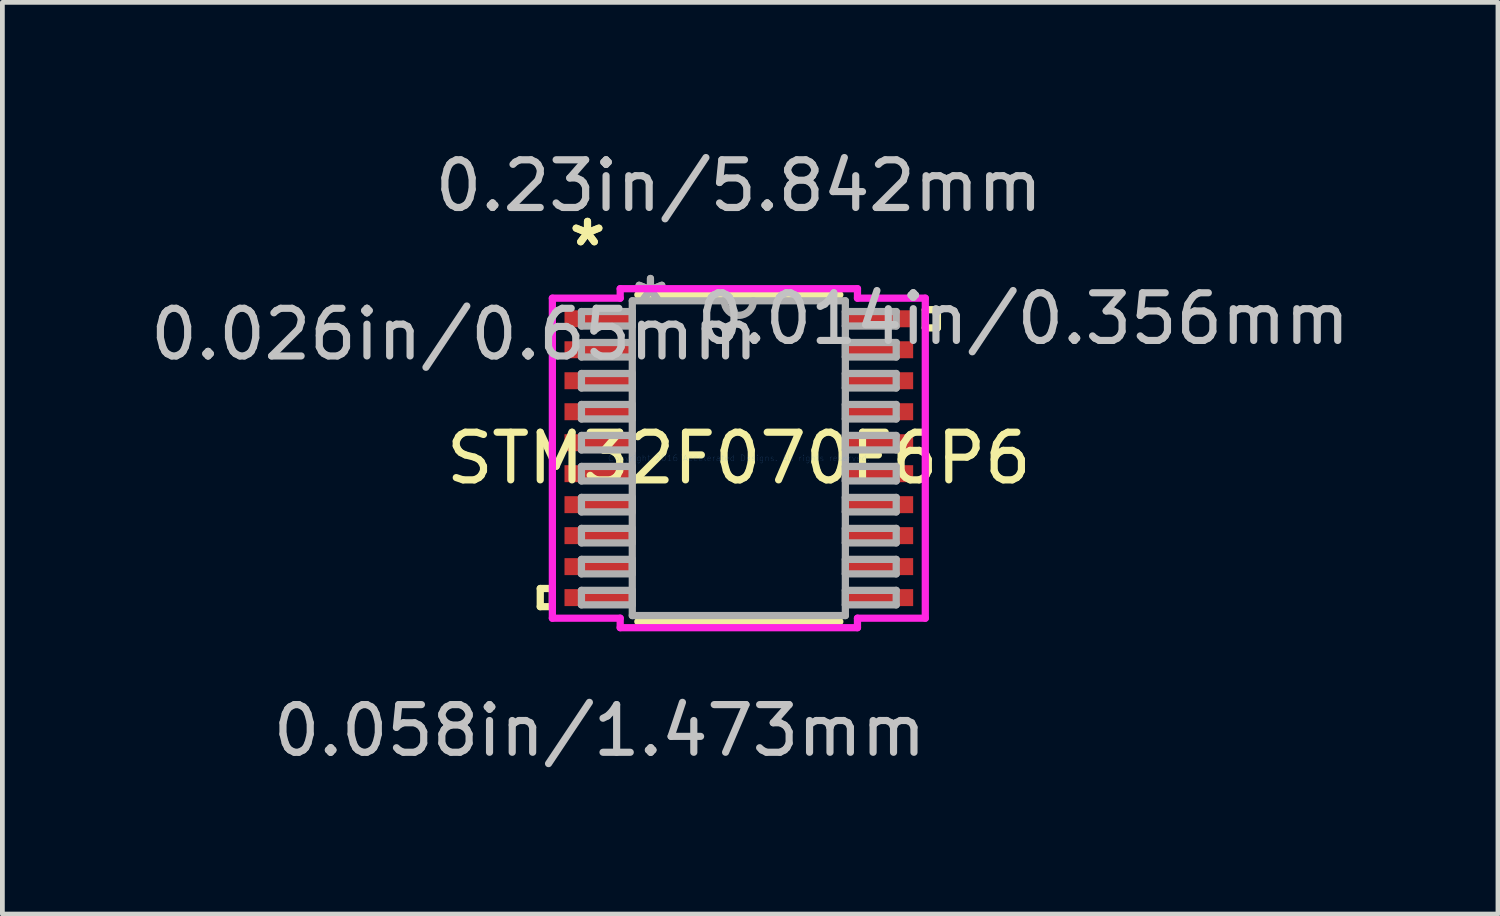
<source format=kicad_pcb>
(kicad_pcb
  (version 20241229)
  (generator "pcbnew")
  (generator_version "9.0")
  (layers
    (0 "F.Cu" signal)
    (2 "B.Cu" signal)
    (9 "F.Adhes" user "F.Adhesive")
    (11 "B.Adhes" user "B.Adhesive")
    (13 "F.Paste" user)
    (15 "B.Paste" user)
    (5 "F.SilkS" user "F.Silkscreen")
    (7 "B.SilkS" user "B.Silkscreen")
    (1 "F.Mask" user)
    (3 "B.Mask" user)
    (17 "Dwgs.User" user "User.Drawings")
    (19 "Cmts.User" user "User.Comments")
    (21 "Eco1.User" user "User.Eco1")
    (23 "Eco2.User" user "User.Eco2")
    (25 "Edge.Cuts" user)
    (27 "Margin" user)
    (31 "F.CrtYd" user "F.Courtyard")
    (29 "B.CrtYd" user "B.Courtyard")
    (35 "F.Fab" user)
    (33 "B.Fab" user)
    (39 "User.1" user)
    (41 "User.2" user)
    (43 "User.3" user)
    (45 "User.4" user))
  (footprint "STM32F070F6P6"
    (layer "F.Cu")
    (at 12.451 6.563)
    (property "Reference" "STM32F070F6P6" (at 0 0 0) (layer "F.SilkS") (effects (font (size 1 1) (thickness 0.15))))
    (attr through_hole)
    (fp_line (start -4.166 2.734) (end -4.166 3.115) (stroke (width 0.152) (type solid)) (layer "F.SilkS"))
    (fp_line (start -4.166 3.115) (end -3.912 3.115) (stroke (width 0.152) (type solid)) (layer "F.SilkS"))
    (fp_line (start -3.912 2.734) (end -4.166 2.734) (stroke (width 0.152) (type solid)) (layer "F.SilkS"))
    (fp_line (start -3.912 3.115) (end -3.912 2.734) (stroke (width 0.152) (type solid)) (layer "F.SilkS"))
    (fp_line (start -2.119 3.429) (end 2.119 3.429) (stroke (width 0.152) (type solid)) (layer "F.SilkS"))
    (fp_line (start 2.119 -3.429) (end -2.119 -3.429) (stroke (width 0.152) (type solid)) (layer "F.SilkS"))
    (fp_line (start 3.912 -3.115) (end 4.166 -3.115) (stroke (width 0.152) (type solid)) (layer "F.SilkS"))
    (fp_line (start 3.912 -2.734) (end 3.912 -3.115) (stroke (width 0.152) (type solid)) (layer "F.SilkS"))
    (fp_line (start 4.166 -3.115) (end 4.166 -2.734) (stroke (width 0.152) (type solid)) (layer "F.SilkS"))
    (fp_line (start 4.166 -2.734) (end 3.912 -2.734) (stroke (width 0.152) (type solid)) (layer "F.SilkS"))
    (fp_line (start -3.912 -3.357) (end -2.489 -3.357) (stroke (width 0.152) (type solid)) (layer "F.CrtYd"))
    (fp_line (start -3.912 3.357) (end -3.912 -3.357) (stroke (width 0.152) (type solid)) (layer "F.CrtYd"))
    (fp_line (start -2.489 -3.556) (end 2.489 -3.556) (stroke (width 0.152) (type solid)) (layer "F.CrtYd"))
    (fp_line (start -2.489 -3.357) (end -2.489 -3.556) (stroke (width 0.152) (type solid)) (layer "F.CrtYd"))
    (fp_line (start -2.489 3.357) (end -3.912 3.357) (stroke (width 0.152) (type solid)) (layer "F.CrtYd"))
    (fp_line (start -2.489 3.556) (end -2.489 3.357) (stroke (width 0.152) (type solid)) (layer "F.CrtYd"))
    (fp_line (start 2.489 -3.556) (end 2.489 -3.357) (stroke (width 0.152) (type solid)) (layer "F.CrtYd"))
    (fp_line (start 2.489 -3.357) (end 3.912 -3.357) (stroke (width 0.152) (type solid)) (layer "F.CrtYd"))
    (fp_line (start 2.489 3.357) (end 2.489 3.556) (stroke (width 0.152) (type solid)) (layer "F.CrtYd"))
    (fp_line (start 2.489 3.556) (end -2.489 3.556) (stroke (width 0.152) (type solid)) (layer "F.CrtYd"))
    (fp_line (start 3.912 -3.357) (end 3.912 3.357) (stroke (width 0.152) (type solid)) (layer "F.CrtYd"))
    (fp_line (start 3.912 3.357) (end 2.489 3.357) (stroke (width 0.152) (type solid)) (layer "F.CrtYd"))
    (fp_line (start -3.302 -3.077) (end -3.302 -2.773) (stroke (width 0.152) (type solid)) (layer "F.Fab"))
    (fp_line (start -3.302 -2.773) (end -2.235 -2.773) (stroke (width 0.152) (type solid)) (layer "F.Fab"))
    (fp_line (start -3.302 -2.427) (end -3.302 -2.123) (stroke (width 0.152) (type solid)) (layer "F.Fab"))
    (fp_line (start -3.302 -2.123) (end -2.235 -2.123) (stroke (width 0.152) (type solid)) (layer "F.Fab"))
    (fp_line (start -3.302 -1.777) (end -3.302 -1.473) (stroke (width 0.152) (type solid)) (layer "F.Fab"))
    (fp_line (start -3.302 -1.473) (end -2.235 -1.473) (stroke (width 0.152) (type solid)) (layer "F.Fab"))
    (fp_line (start -3.302 -1.127) (end -3.302 -0.823) (stroke (width 0.152) (type solid)) (layer "F.Fab"))
    (fp_line (start -3.302 -0.823) (end -2.235 -0.823) (stroke (width 0.152) (type solid)) (layer "F.Fab"))
    (fp_line (start -3.302 -0.477) (end -3.302 -0.173) (stroke (width 0.152) (type solid)) (layer "F.Fab"))
    (fp_line (start -3.302 -0.173) (end -2.235 -0.173) (stroke (width 0.152) (type solid)) (layer "F.Fab"))
    (fp_line (start -3.302 0.173) (end -3.302 0.477) (stroke (width 0.152) (type solid)) (layer "F.Fab"))
    (fp_line (start -3.302 0.477) (end -2.235 0.477) (stroke (width 0.152) (type solid)) (layer "F.Fab"))
    (fp_line (start -3.302 0.823) (end -3.302 1.127) (stroke (width 0.152) (type solid)) (layer "F.Fab"))
    (fp_line (start -3.302 1.127) (end -2.235 1.127) (stroke (width 0.152) (type solid)) (layer "F.Fab"))
    (fp_line (start -3.302 1.473) (end -3.302 1.777) (stroke (width 0.152) (type solid)) (layer "F.Fab"))
    (fp_line (start -3.302 1.777) (end -2.235 1.777) (stroke (width 0.152) (type solid)) (layer "F.Fab"))
    (fp_line (start -3.302 2.123) (end -3.302 2.427) (stroke (width 0.152) (type solid)) (layer "F.Fab"))
    (fp_line (start -3.302 2.427) (end -2.235 2.427) (stroke (width 0.152) (type solid)) (layer "F.Fab"))
    (fp_line (start -3.302 2.773) (end -3.302 3.077) (stroke (width 0.152) (type solid)) (layer "F.Fab"))
    (fp_line (start -3.302 3.077) (end -2.235 3.077) (stroke (width 0.152) (type solid)) (layer "F.Fab"))
    (fp_line (start -2.235 -3.302) (end -2.235 3.302) (stroke (width 0.152) (type solid)) (layer "F.Fab"))
    (fp_line (start -2.235 -3.077) (end -3.302 -3.077) (stroke (width 0.152) (type solid)) (layer "F.Fab"))
    (fp_line (start -2.235 -2.773) (end -2.235 -3.077) (stroke (width 0.152) (type solid)) (layer "F.Fab"))
    (fp_line (start -2.235 -2.427) (end -3.302 -2.427) (stroke (width 0.152) (type solid)) (layer "F.Fab"))
    (fp_line (start -2.235 -2.123) (end -2.235 -2.427) (stroke (width 0.152) (type solid)) (layer "F.Fab"))
    (fp_line (start -2.235 -1.777) (end -3.302 -1.777) (stroke (width 0.152) (type solid)) (layer "F.Fab"))
    (fp_line (start -2.235 -1.473) (end -2.235 -1.777) (stroke (width 0.152) (type solid)) (layer "F.Fab"))
    (fp_line (start -2.235 -1.127) (end -3.302 -1.127) (stroke (width 0.152) (type solid)) (layer "F.Fab"))
    (fp_line (start -2.235 -0.823) (end -2.235 -1.127) (stroke (width 0.152) (type solid)) (layer "F.Fab"))
    (fp_line (start -2.235 -0.477) (end -3.302 -0.477) (stroke (width 0.152) (type solid)) (layer "F.Fab"))
    (fp_line (start -2.235 -0.173) (end -2.235 -0.477) (stroke (width 0.152) (type solid)) (layer "F.Fab"))
    (fp_line (start -2.235 0.173) (end -3.302 0.173) (stroke (width 0.152) (type solid)) (layer "F.Fab"))
    (fp_line (start -2.235 0.477) (end -2.235 0.173) (stroke (width 0.152) (type solid)) (layer "F.Fab"))
    (fp_line (start -2.235 0.823) (end -3.302 0.823) (stroke (width 0.152) (type solid)) (layer "F.Fab"))
    (fp_line (start -2.235 1.127) (end -2.235 0.823) (stroke (width 0.152) (type solid)) (layer "F.Fab"))
    (fp_line (start -2.235 1.473) (end -3.302 1.473) (stroke (width 0.152) (type solid)) (layer "F.Fab"))
    (fp_line (start -2.235 1.777) (end -2.235 1.473) (stroke (width 0.152) (type solid)) (layer "F.Fab"))
    (fp_line (start -2.235 2.123) (end -3.302 2.123) (stroke (width 0.152) (type solid)) (layer "F.Fab"))
    (fp_line (start -2.235 2.427) (end -2.235 2.123) (stroke (width 0.152) (type solid)) (layer "F.Fab"))
    (fp_line (start -2.235 2.773) (end -3.302 2.773) (stroke (width 0.152) (type solid)) (layer "F.Fab"))
    (fp_line (start -2.235 3.077) (end -2.235 2.773) (stroke (width 0.152) (type solid)) (layer "F.Fab"))
    (fp_line (start -2.235 3.302) (end 2.235 3.302) (stroke (width 0.152) (type solid)) (layer "F.Fab"))
    (fp_line (start 2.235 -3.302) (end -2.235 -3.302) (stroke (width 0.152) (type solid)) (layer "F.Fab"))
    (fp_line (start 2.235 -3.077) (end 2.235 -2.773) (stroke (width 0.152) (type solid)) (layer "F.Fab"))
    (fp_line (start 2.235 -2.773) (end 3.302 -2.773) (stroke (width 0.152) (type solid)) (layer "F.Fab"))
    (fp_line (start 2.235 -2.427) (end 2.235 -2.123) (stroke (width 0.152) (type solid)) (layer "F.Fab"))
    (fp_line (start 2.235 -2.123) (end 3.302 -2.123) (stroke (width 0.152) (type solid)) (layer "F.Fab"))
    (fp_line (start 2.235 -1.777) (end 2.235 -1.473) (stroke (width 0.152) (type solid)) (layer "F.Fab"))
    (fp_line (start 2.235 -1.473) (end 3.302 -1.473) (stroke (width 0.152) (type solid)) (layer "F.Fab"))
    (fp_line (start 2.235 -1.127) (end 2.235 -0.823) (stroke (width 0.152) (type solid)) (layer "F.Fab"))
    (fp_line (start 2.235 -0.823) (end 3.302 -0.823) (stroke (width 0.152) (type solid)) (layer "F.Fab"))
    (fp_line (start 2.235 -0.477) (end 2.235 -0.173) (stroke (width 0.152) (type solid)) (layer "F.Fab"))
    (fp_line (start 2.235 -0.173) (end 3.302 -0.173) (stroke (width 0.152) (type solid)) (layer "F.Fab"))
    (fp_line (start 2.235 0.173) (end 2.235 0.477) (stroke (width 0.152) (type solid)) (layer "F.Fab"))
    (fp_line (start 2.235 0.477) (end 3.302 0.477) (stroke (width 0.152) (type solid)) (layer "F.Fab"))
    (fp_line (start 2.235 0.823) (end 2.235 1.127) (stroke (width 0.152) (type solid)) (layer "F.Fab"))
    (fp_line (start 2.235 1.127) (end 3.302 1.127) (stroke (width 0.152) (type solid)) (layer "F.Fab"))
    (fp_line (start 2.235 1.473) (end 2.235 1.777) (stroke (width 0.152) (type solid)) (layer "F.Fab"))
    (fp_line (start 2.235 1.777) (end 3.302 1.777) (stroke (width 0.152) (type solid)) (layer "F.Fab"))
    (fp_line (start 2.235 2.123) (end 2.235 2.427) (stroke (width 0.152) (type solid)) (layer "F.Fab"))
    (fp_line (start 2.235 2.427) (end 3.302 2.427) (stroke (width 0.152) (type solid)) (layer "F.Fab"))
    (fp_line (start 2.235 2.773) (end 2.235 3.077) (stroke (width 0.152) (type solid)) (layer "F.Fab"))
    (fp_line (start 2.235 3.077) (end 3.302 3.077) (stroke (width 0.152) (type solid)) (layer "F.Fab"))
    (fp_line (start 2.235 3.302) (end 2.235 -3.302) (stroke (width 0.152) (type solid)) (layer "F.Fab"))
    (fp_line (start 3.302 -3.077) (end 2.235 -3.077) (stroke (width 0.152) (type solid)) (layer "F.Fab"))
    (fp_line (start 3.302 -2.773) (end 3.302 -3.077) (stroke (width 0.152) (type solid)) (layer "F.Fab"))
    (fp_line (start 3.302 -2.427) (end 2.235 -2.427) (stroke (width 0.152) (type solid)) (layer "F.Fab"))
    (fp_line (start 3.302 -2.123) (end 3.302 -2.427) (stroke (width 0.152) (type solid)) (layer "F.Fab"))
    (fp_line (start 3.302 -1.777) (end 2.235 -1.777) (stroke (width 0.152) (type solid)) (layer "F.Fab"))
    (fp_line (start 3.302 -1.473) (end 3.302 -1.777) (stroke (width 0.152) (type solid)) (layer "F.Fab"))
    (fp_line (start 3.302 -1.127) (end 2.235 -1.127) (stroke (width 0.152) (type solid)) (layer "F.Fab"))
    (fp_line (start 3.302 -0.823) (end 3.302 -1.127) (stroke (width 0.152) (type solid)) (layer "F.Fab"))
    (fp_line (start 3.302 -0.477) (end 2.235 -0.477) (stroke (width 0.152) (type solid)) (layer "F.Fab"))
    (fp_line (start 3.302 -0.173) (end 3.302 -0.477) (stroke (width 0.152) (type solid)) (layer "F.Fab"))
    (fp_line (start 3.302 0.173) (end 2.235 0.173) (stroke (width 0.152) (type solid)) (layer "F.Fab"))
    (fp_line (start 3.302 0.477) (end 3.302 0.173) (stroke (width 0.152) (type solid)) (layer "F.Fab"))
    (fp_line (start 3.302 0.823) (end 2.235 0.823) (stroke (width 0.152) (type solid)) (layer "F.Fab"))
    (fp_line (start 3.302 1.127) (end 3.302 0.823) (stroke (width 0.152) (type solid)) (layer "F.Fab"))
    (fp_line (start 3.302 1.473) (end 2.235 1.473) (stroke (width 0.152) (type solid)) (layer "F.Fab"))
    (fp_line (start 3.302 1.777) (end 3.302 1.473) (stroke (width 0.152) (type solid)) (layer "F.Fab"))
    (fp_line (start 3.302 2.123) (end 2.235 2.123) (stroke (width 0.152) (type solid)) (layer "F.Fab"))
    (fp_line (start 3.302 2.427) (end 3.302 2.123) (stroke (width 0.152) (type solid)) (layer "F.Fab"))
    (fp_line (start 3.302 2.773) (end 2.235 2.773) (stroke (width 0.152) (type solid)) (layer "F.Fab"))
    (fp_line (start 3.302 3.077) (end 3.302 2.773) (stroke (width 0.152) (type solid)) (layer "F.Fab"))
    (fp_arc (start 0.3048 -3.302) (mid 0 -2.9972) (end -0.3048 -3.302) (stroke (width 0.1524) (type solid)) (layer "F.Fab"))
    (fp_text user "*" (at -3.175 -4.424 0) (layer "F.SilkS") (effects (font (size 1 1) (thickness 0.15))))
    (fp_text user "*" (at -3.175 -4.424 0) (layer "F.SilkS") (effects (font (size 1 1) (thickness 0.15))))
    (fp_text user "0.058in/1.473mm" (at -2.921 5.715 0) (layer "Dwgs.User") (effects (font (size 1 1) (thickness 0.15))))
    (fp_text user "0.026in/0.65mm" (at -5.969 -2.6 0) (layer "Dwgs.User") (effects (font (size 1 1) (thickness 0.15))))
    (fp_text user "0.23in/5.842mm" (at 0 -5.715 0) (layer "Dwgs.User") (effects (font (size 1 1) (thickness 0.15))))
    (fp_text user "0.014in/0.356mm" (at 5.969 -2.925 0) (layer "Dwgs.User") (effects (font (size 1 1) (thickness 0.15))))
    (fp_text user "Copyright 2016 Accelerated Designs. All rights reserved." (at 0 0 0) (layer "Cmts.User") (effects (font (size 0.127 0.127) (thickness 0.002))))
    (fp_text user "*" (at -1.854 -3.226 0) (layer "F.Fab") (effects (font (size 1 1) (thickness 0.15))))
    (fp_text user "*" (at -1.854 -3.226 0) (layer "F.Fab") (effects (font (size 1 1) (thickness 0.15))))
    (pad "1" smd rect (at -2.921 -2.925) (size 1.473 0.356) (layers "F.Cu" "F.Mask" "F.Paste"))
    (pad "2" smd rect (at -2.921 -2.275) (size 1.473 0.356) (layers "F.Cu" "F.Mask" "F.Paste"))
    (pad "3" smd rect (at -2.921 -1.625) (size 1.473 0.356) (layers "F.Cu" "F.Mask" "F.Paste"))
    (pad "4" smd rect (at -2.921 -0.975) (size 1.473 0.356) (layers "F.Cu" "F.Mask" "F.Paste"))
    (pad "5" smd rect (at -2.921 -0.325) (size 1.473 0.356) (layers "F.Cu" "F.Mask" "F.Paste"))
    (pad "6" smd rect (at -2.921 0.325) (size 1.473 0.356) (layers "F.Cu" "F.Mask" "F.Paste"))
    (pad "7" smd rect (at -2.921 0.975) (size 1.473 0.356) (layers "F.Cu" "F.Mask" "F.Paste"))
    (pad "8" smd rect (at -2.921 1.625) (size 1.473 0.356) (layers "F.Cu" "F.Mask" "F.Paste"))
    (pad "9" smd rect (at -2.921 2.275) (size 1.473 0.356) (layers "F.Cu" "F.Mask" "F.Paste"))
    (pad "10" smd rect (at -2.921 2.925) (size 1.473 0.356) (layers "F.Cu" "F.Mask" "F.Paste"))
    (pad "11" smd rect (at 2.921 2.925) (size 1.473 0.356) (layers "F.Cu" "F.Mask" "F.Paste"))
    (pad "12" smd rect (at 2.921 2.275) (size 1.473 0.356) (layers "F.Cu" "F.Mask" "F.Paste"))
    (pad "13" smd rect (at 2.921 1.625) (size 1.473 0.356) (layers "F.Cu" "F.Mask" "F.Paste"))
    (pad "14" smd rect (at 2.921 0.975) (size 1.473 0.356) (layers "F.Cu" "F.Mask" "F.Paste"))
    (pad "15" smd rect (at 2.921 0.325) (size 1.473 0.356) (layers "F.Cu" "F.Mask" "F.Paste"))
    (pad "16" smd rect (at 2.921 -0.325) (size 1.473 0.356) (layers "F.Cu" "F.Mask" "F.Paste"))
    (pad "17" smd rect (at 2.921 -0.975) (size 1.473 0.356) (layers "F.Cu" "F.Mask" "F.Paste"))
    (pad "18" smd rect (at 2.921 -1.625) (size 1.473 0.356) (layers "F.Cu" "F.Mask" "F.Paste"))
    (pad "19" smd rect (at 2.921 -2.275) (size 1.473 0.356) (layers "F.Cu" "F.Mask" "F.Paste"))
    (pad "20" smd rect (at 2.921 -2.925) (size 1.473 0.356) (layers "F.Cu" "F.Mask" "F.Paste")))
  (gr_rect
    (start -3 -3)
    (end 28.378 16.127)
    (stroke (width 0.1) (type default))
    (fill no)
    (layer "Edge.Cuts")))
</source>
